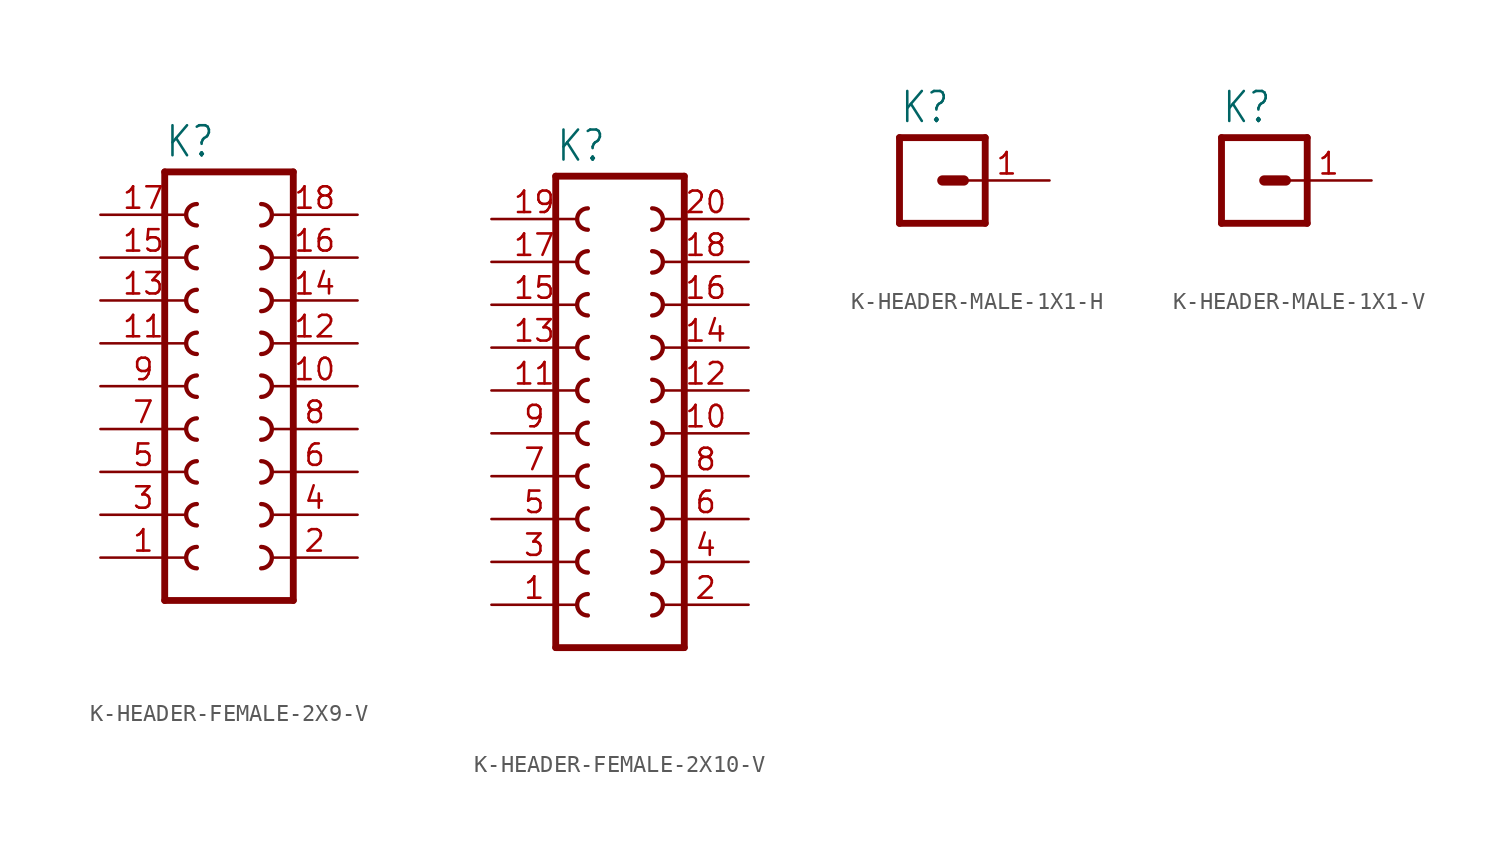
<source format=kicad_sym>
(kicad_symbol_lib
  (version 20231120)
  (generator "kicad_symbol_editor")
  (generator_version "8.0")
  (symbol "K-HEADER-FEMALE-2X9-V"
    (property "Reference" "K"
      (at -3.81 13.462 0)
      (effects (font (size 1.778 1.511)) (justify left bottom)))
    (property "Value" ""
      (at -3.81 -15.24 0)
      (effects (font (size 1.778 1.511)) (justify left bottom)))
    (property "ki_locked" ""
      (at 0 0 0)
      (effects (font (size 1.27 1.27))))
    (symbol "K-HEADER-FEMALE-2X9-V_1_0"
      (arc (start -1.905 -9.525) (mid -2.54 -10.16) (end -1.905 -10.795) (stroke (width 0.254) (type solid)) (fill (type none)))
      (arc (start -1.905 -6.985) (mid -2.54 -7.62) (end -1.905 -8.255) (stroke (width 0.254) (type solid)) (fill (type none)))
      (arc (start -1.905 -4.445) (mid -2.54 -5.08) (end -1.905 -5.715) (stroke (width 0.254) (type solid)) (fill (type none)))
      (arc (start -1.905 -1.905) (mid -2.54 -2.54) (end -1.905 -3.175) (stroke (width 0.254) (type solid)) (fill (type none)))
      (arc (start -1.905 0.635) (mid -2.54 0) (end -1.905 -0.635) (stroke (width 0.254) (type solid)) (fill (type none)))
      (arc (start -1.905 3.175) (mid -2.54 2.54) (end -1.905 1.905) (stroke (width 0.254) (type solid)) (fill (type none)))
      (arc (start -1.905 5.715) (mid -2.54 5.08) (end -1.905 4.445) (stroke (width 0.254) (type solid)) (fill (type none)))
      (arc (start -1.905 8.255) (mid -2.54 7.62) (end -1.905 6.985) (stroke (width 0.254) (type solid)) (fill (type none)))
      (arc (start -1.905 10.795) (mid -2.54 10.16) (end -1.905 9.525) (stroke (width 0.254) (type solid)) (fill (type none)))
      (polyline (pts (xy -3.81 12.7) (xy -3.81 -12.7)) (stroke (width 0.406) (type solid)) (fill (type none)))
      (polyline (pts (xy -3.81 12.7) (xy 3.81 12.7)) (stroke (width 0.406) (type solid)) (fill (type none)))
      (polyline (pts (xy 3.81 -12.7) (xy -3.81 -12.7)) (stroke (width 0.406) (type solid)) (fill (type none)))
      (polyline (pts (xy 3.81 -12.7) (xy 3.81 12.7)) (stroke (width 0.406) (type solid)) (fill (type none)))
      (arc (start 1.905 -10.795) (mid 2.54 -10.16) (end 1.905 -9.525) (stroke (width 0.254) (type solid)) (fill (type none)))
      (arc (start 1.905 -8.255) (mid 2.54 -7.62) (end 1.905 -6.985) (stroke (width 0.254) (type solid)) (fill (type none)))
      (arc (start 1.905 -5.715) (mid 2.54 -5.08) (end 1.905 -4.445) (stroke (width 0.254) (type solid)) (fill (type none)))
      (arc (start 1.905 -3.175) (mid 2.54 -2.54) (end 1.905 -1.905) (stroke (width 0.254) (type solid)) (fill (type none)))
      (arc (start 1.905 -0.635) (mid 2.54 0) (end 1.905 0.635) (stroke (width 0.254) (type solid)) (fill (type none)))
      (arc (start 1.905 1.905) (mid 2.54 2.54) (end 1.905 3.175) (stroke (width 0.254) (type solid)) (fill (type none)))
      (arc (start 1.905 4.445) (mid 2.54 5.08) (end 1.905 5.715) (stroke (width 0.254) (type solid)) (fill (type none)))
      (arc (start 1.905 6.985) (mid 2.54 7.62) (end 1.905 8.255) (stroke (width 0.254) (type solid)) (fill (type none)))
      (arc (start 1.905 9.525) (mid 2.54 10.16) (end 1.905 10.795) (stroke (width 0.254) (type solid)) (fill (type none)))
      (pin passive line (at -7.62 -10.16 0) (length 5.08) (name "1" (effects (font (size 0 0)))) (number "1" (effects (font (size 1.27 1.27)))))
      (pin passive line (at 7.62 0 180) (length 5.08) (name "10" (effects (font (size 0 0)))) (number "10" (effects (font (size 1.27 1.27)))))
      (pin passive line (at -7.62 2.54 0) (length 5.08) (name "11" (effects (font (size 0 0)))) (number "11" (effects (font (size 1.27 1.27)))))
      (pin passive line (at 7.62 2.54 180) (length 5.08) (name "12" (effects (font (size 0 0)))) (number "12" (effects (font (size 1.27 1.27)))))
      (pin passive line (at -7.62 5.08 0) (length 5.08) (name "13" (effects (font (size 0 0)))) (number "13" (effects (font (size 1.27 1.27)))))
      (pin passive line (at 7.62 5.08 180) (length 5.08) (name "14" (effects (font (size 0 0)))) (number "14" (effects (font (size 1.27 1.27)))))
      (pin passive line (at -7.62 7.62 0) (length 5.08) (name "15" (effects (font (size 0 0)))) (number "15" (effects (font (size 1.27 1.27)))))
      (pin passive line (at 7.62 7.62 180) (length 5.08) (name "16" (effects (font (size 0 0)))) (number "16" (effects (font (size 1.27 1.27)))))
      (pin passive line (at -7.62 10.16 0) (length 5.08) (name "17" (effects (font (size 0 0)))) (number "17" (effects (font (size 1.27 1.27)))))
      (pin passive line (at 7.62 10.16 180) (length 5.08) (name "18" (effects (font (size 0 0)))) (number "18" (effects (font (size 1.27 1.27)))))
      (pin passive line (at 7.62 -10.16 180) (length 5.08) (name "2" (effects (font (size 0 0)))) (number "2" (effects (font (size 1.27 1.27)))))
      (pin passive line (at -7.62 -7.62 0) (length 5.08) (name "3" (effects (font (size 0 0)))) (number "3" (effects (font (size 1.27 1.27)))))
      (pin passive line (at 7.62 -7.62 180) (length 5.08) (name "4" (effects (font (size 0 0)))) (number "4" (effects (font (size 1.27 1.27)))))
      (pin passive line (at -7.62 -5.08 0) (length 5.08) (name "5" (effects (font (size 0 0)))) (number "5" (effects (font (size 1.27 1.27)))))
      (pin passive line (at 7.62 -5.08 180) (length 5.08) (name "6" (effects (font (size 0 0)))) (number "6" (effects (font (size 1.27 1.27)))))
      (pin passive line (at -7.62 -2.54 0) (length 5.08) (name "7" (effects (font (size 0 0)))) (number "7" (effects (font (size 1.27 1.27)))))
      (pin passive line (at 7.62 -2.54 180) (length 5.08) (name "8" (effects (font (size 0 0)))) (number "8" (effects (font (size 1.27 1.27)))))
      (pin passive line (at -7.62 0 0) (length 5.08) (name "9" (effects (font (size 0 0)))) (number "9" (effects (font (size 1.27 1.27)))))))
  (symbol "K-HEADER-FEMALE-2X10-V"
    (property "Reference" "K"
      (at -3.81 16.002 0)
      (effects (font (size 1.778 1.511)) (justify left bottom)))
    (property "Value" ""
      (at -3.81 -15.24 0)
      (effects (font (size 1.778 1.511)) (justify left bottom)))
    (property "ki_locked" ""
      (at 0 0 0)
      (effects (font (size 1.27 1.27))))
    (symbol "K-HEADER-FEMALE-2X10-V_1_0"
      (arc (start -1.905 -9.525) (mid -2.54 -10.16) (end -1.905 -10.795) (stroke (width 0.254) (type solid)) (fill (type none)))
      (arc (start -1.905 -6.985) (mid -2.54 -7.62) (end -1.905 -8.255) (stroke (width 0.254) (type solid)) (fill (type none)))
      (arc (start -1.905 -4.445) (mid -2.54 -5.08) (end -1.905 -5.715) (stroke (width 0.254) (type solid)) (fill (type none)))
      (arc (start -1.905 -1.905) (mid -2.54 -2.54) (end -1.905 -3.175) (stroke (width 0.254) (type solid)) (fill (type none)))
      (arc (start -1.905 0.635) (mid -2.54 0) (end -1.905 -0.635) (stroke (width 0.254) (type solid)) (fill (type none)))
      (arc (start -1.905 3.175) (mid -2.54 2.54) (end -1.905 1.905) (stroke (width 0.254) (type solid)) (fill (type none)))
      (arc (start -1.905 5.715) (mid -2.54 5.08) (end -1.905 4.445) (stroke (width 0.254) (type solid)) (fill (type none)))
      (arc (start -1.905 8.255) (mid -2.54 7.62) (end -1.905 6.985) (stroke (width 0.254) (type solid)) (fill (type none)))
      (arc (start -1.905 10.795) (mid -2.54 10.16) (end -1.905 9.525) (stroke (width 0.254) (type solid)) (fill (type none)))
      (arc (start -1.905 13.335) (mid -2.54 12.7) (end -1.905 12.065) (stroke (width 0.254) (type solid)) (fill (type none)))
      (polyline (pts (xy -3.81 15.24) (xy -3.81 -12.7)) (stroke (width 0.406) (type solid)) (fill (type none)))
      (polyline (pts (xy -3.81 15.24) (xy 3.81 15.24)) (stroke (width 0.406) (type solid)) (fill (type none)))
      (polyline (pts (xy 3.81 -12.7) (xy -3.81 -12.7)) (stroke (width 0.406) (type solid)) (fill (type none)))
      (polyline (pts (xy 3.81 -12.7) (xy 3.81 15.24)) (stroke (width 0.406) (type solid)) (fill (type none)))
      (arc (start 1.905 -10.795) (mid 2.54 -10.16) (end 1.905 -9.525) (stroke (width 0.254) (type solid)) (fill (type none)))
      (arc (start 1.905 -8.255) (mid 2.54 -7.62) (end 1.905 -6.985) (stroke (width 0.254) (type solid)) (fill (type none)))
      (arc (start 1.905 -5.715) (mid 2.54 -5.08) (end 1.905 -4.445) (stroke (width 0.254) (type solid)) (fill (type none)))
      (arc (start 1.905 -3.175) (mid 2.54 -2.54) (end 1.905 -1.905) (stroke (width 0.254) (type solid)) (fill (type none)))
      (arc (start 1.905 -0.635) (mid 2.54 0) (end 1.905 0.635) (stroke (width 0.254) (type solid)) (fill (type none)))
      (arc (start 1.905 1.905) (mid 2.54 2.54) (end 1.905 3.175) (stroke (width 0.254) (type solid)) (fill (type none)))
      (arc (start 1.905 4.445) (mid 2.54 5.08) (end 1.905 5.715) (stroke (width 0.254) (type solid)) (fill (type none)))
      (arc (start 1.905 6.985) (mid 2.54 7.62) (end 1.905 8.255) (stroke (width 0.254) (type solid)) (fill (type none)))
      (arc (start 1.905 9.525) (mid 2.54 10.16) (end 1.905 10.795) (stroke (width 0.254) (type solid)) (fill (type none)))
      (arc (start 1.905 12.065) (mid 2.54 12.7) (end 1.905 13.335) (stroke (width 0.254) (type solid)) (fill (type none)))
      (pin passive line (at -7.62 -10.16 0) (length 5.08) (name "1" (effects (font (size 0 0)))) (number "1" (effects (font (size 1.27 1.27)))))
      (pin passive line (at 7.62 0 180) (length 5.08) (name "10" (effects (font (size 0 0)))) (number "10" (effects (font (size 1.27 1.27)))))
      (pin passive line (at -7.62 2.54 0) (length 5.08) (name "11" (effects (font (size 0 0)))) (number "11" (effects (font (size 1.27 1.27)))))
      (pin passive line (at 7.62 2.54 180) (length 5.08) (name "12" (effects (font (size 0 0)))) (number "12" (effects (font (size 1.27 1.27)))))
      (pin passive line (at -7.62 5.08 0) (length 5.08) (name "13" (effects (font (size 0 0)))) (number "13" (effects (font (size 1.27 1.27)))))
      (pin passive line (at 7.62 5.08 180) (length 5.08) (name "14" (effects (font (size 0 0)))) (number "14" (effects (font (size 1.27 1.27)))))
      (pin passive line (at -7.62 7.62 0) (length 5.08) (name "15" (effects (font (size 0 0)))) (number "15" (effects (font (size 1.27 1.27)))))
      (pin passive line (at 7.62 7.62 180) (length 5.08) (name "16" (effects (font (size 0 0)))) (number "16" (effects (font (size 1.27 1.27)))))
      (pin passive line (at -7.62 10.16 0) (length 5.08) (name "17" (effects (font (size 0 0)))) (number "17" (effects (font (size 1.27 1.27)))))
      (pin passive line (at 7.62 10.16 180) (length 5.08) (name "18" (effects (font (size 0 0)))) (number "18" (effects (font (size 1.27 1.27)))))
      (pin passive line (at -7.62 12.7 0) (length 5.08) (name "19" (effects (font (size 0 0)))) (number "19" (effects (font (size 1.27 1.27)))))
      (pin passive line (at 7.62 -10.16 180) (length 5.08) (name "2" (effects (font (size 0 0)))) (number "2" (effects (font (size 1.27 1.27)))))
      (pin passive line (at 7.62 12.7 180) (length 5.08) (name "20" (effects (font (size 0 0)))) (number "20" (effects (font (size 1.27 1.27)))))
      (pin passive line (at -7.62 -7.62 0) (length 5.08) (name "3" (effects (font (size 0 0)))) (number "3" (effects (font (size 1.27 1.27)))))
      (pin passive line (at 7.62 -7.62 180) (length 5.08) (name "4" (effects (font (size 0 0)))) (number "4" (effects (font (size 1.27 1.27)))))
      (pin passive line (at -7.62 -5.08 0) (length 5.08) (name "5" (effects (font (size 0 0)))) (number "5" (effects (font (size 1.27 1.27)))))
      (pin passive line (at 7.62 -5.08 180) (length 5.08) (name "6" (effects (font (size 0 0)))) (number "6" (effects (font (size 1.27 1.27)))))
      (pin passive line (at -7.62 -2.54 0) (length 5.08) (name "7" (effects (font (size 0 0)))) (number "7" (effects (font (size 1.27 1.27)))))
      (pin passive line (at 7.62 -2.54 180) (length 5.08) (name "8" (effects (font (size 0 0)))) (number "8" (effects (font (size 1.27 1.27)))))
      (pin passive line (at -7.62 0 0) (length 5.08) (name "9" (effects (font (size 0 0)))) (number "9" (effects (font (size 1.27 1.27)))))))
  (symbol "K-HEADER-MALE-1X1-H"
    (property "Reference" "K"
      (at -1.27 3.302 0)
      (effects (font (size 1.778 1.511)) (justify left bottom)))
    (property "Value" ""
      (at -1.27 -5.08 0)
      (effects (font (size 1.778 1.511)) (justify left bottom)))
    (property "ki_locked" ""
      (at 0 0 0)
      (effects (font (size 1.27 1.27))))
    (symbol "K-HEADER-MALE-1X1-H_1_0"
      (polyline (pts (xy -1.27 2.54) (xy -1.27 -2.54)) (stroke (width 0.406) (type solid)) (fill (type none)))
      (polyline (pts (xy -1.27 2.54) (xy 3.81 2.54)) (stroke (width 0.406) (type solid)) (fill (type none)))
      (polyline (pts (xy 1.27 0) (xy 2.54 0)) (stroke (width 0.61) (type solid)) (fill (type none)))
      (polyline (pts (xy 3.81 -2.54) (xy -1.27 -2.54)) (stroke (width 0.406) (type solid)) (fill (type none)))
      (polyline (pts (xy 3.81 -2.54) (xy 3.81 2.54)) (stroke (width 0.406) (type solid)) (fill (type none)))
      (pin passive line (at 7.62 0 180) (length 5.08) (name "1" (effects (font (size 0 0)))) (number "1" (effects (font (size 1.27 1.27)))))))
  (symbol "K-HEADER-MALE-1X1-V"
    (property "Reference" "K"
      (at -1.27 3.302 0)
      (effects (font (size 1.778 1.511)) (justify left bottom)))
    (property "Value" ""
      (at -1.27 -5.08 0)
      (effects (font (size 1.778 1.511)) (justify left bottom)))
    (property "ki_locked" ""
      (at 0 0 0)
      (effects (font (size 1.27 1.27))))
    (symbol "K-HEADER-MALE-1X1-V_1_0"
      (polyline (pts (xy -1.27 2.54) (xy -1.27 -2.54)) (stroke (width 0.406) (type solid)) (fill (type none)))
      (polyline (pts (xy -1.27 2.54) (xy 3.81 2.54)) (stroke (width 0.406) (type solid)) (fill (type none)))
      (polyline (pts (xy 1.27 0) (xy 2.54 0)) (stroke (width 0.61) (type solid)) (fill (type none)))
      (polyline (pts (xy 3.81 -2.54) (xy -1.27 -2.54)) (stroke (width 0.406) (type solid)) (fill (type none)))
      (polyline (pts (xy 3.81 -2.54) (xy 3.81 2.54)) (stroke (width 0.406) (type solid)) (fill (type none)))
      (pin passive line (at 7.62 0 180) (length 5.08) (name "1" (effects (font (size 0 0)))) (number "1" (effects (font (size 1.27 1.27))))))))
</source>
